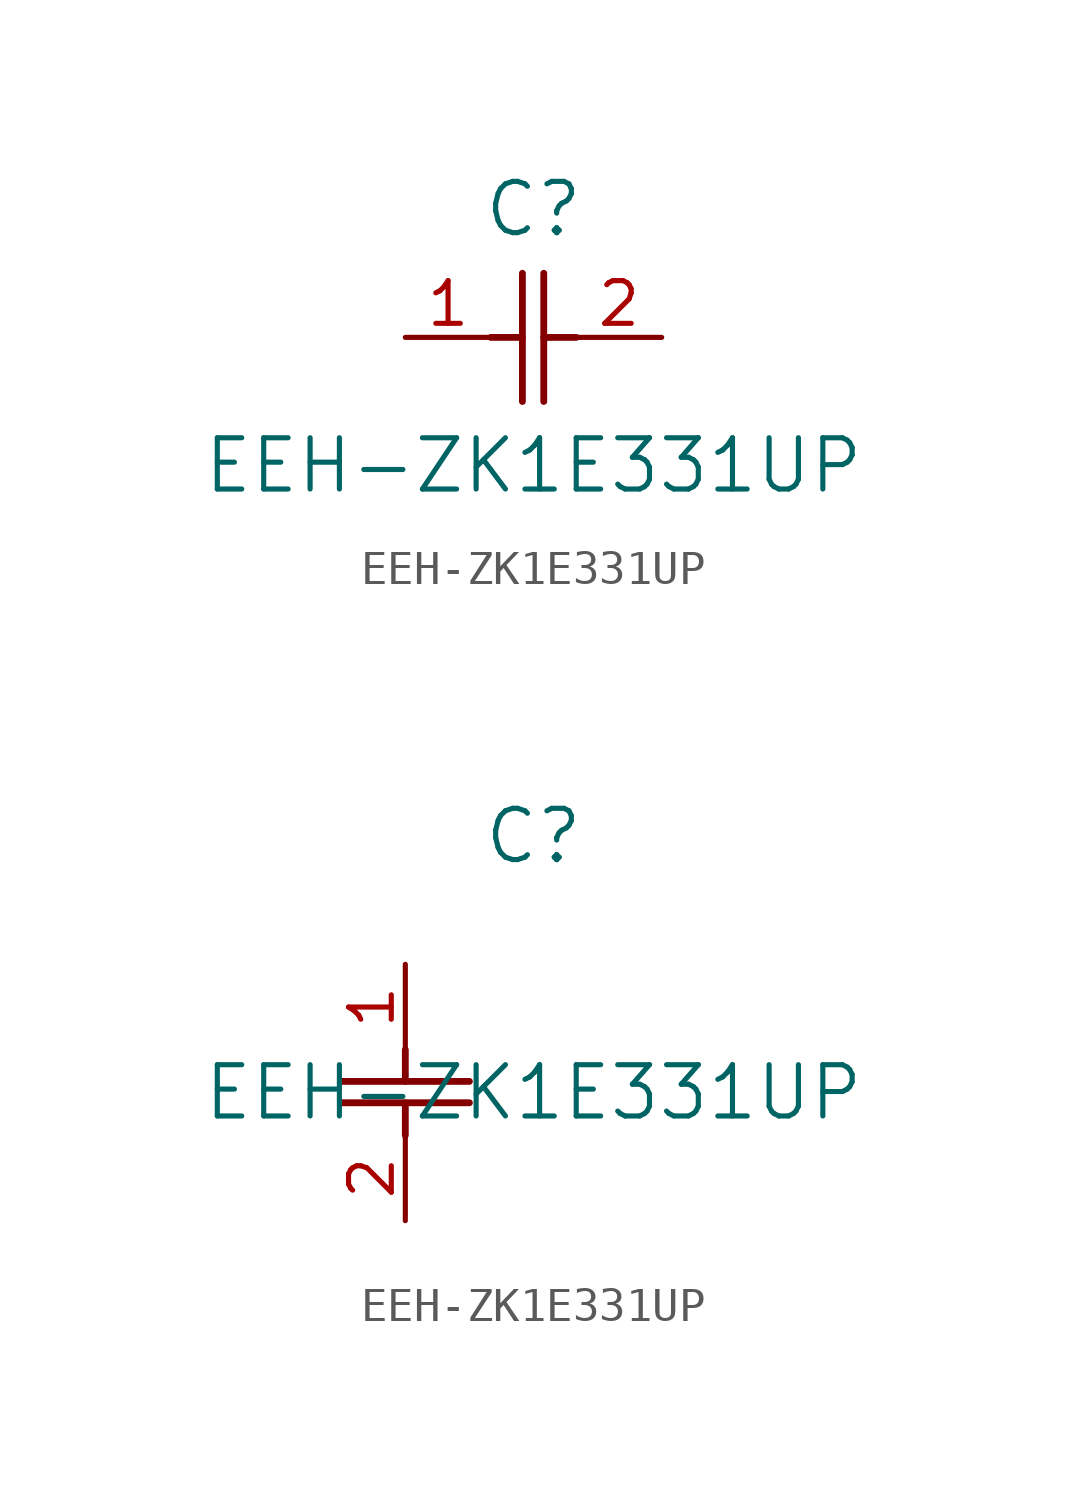
<source format=kicad_sym>
(kicad_symbol_lib
  (version 20211014)
  (generator kicad_symbol_editor)
  (symbol "EEH-ZK1E331UP"
    (pin_names
      (offset 0.254))
    (property "Reference" "C"
      (at 3.81 3.81 0)
      (effects (font (size 1.524 1.524))))
    (property "Value" "EEH-ZK1E331UP"
      (at 3.81 -3.81 0)
      (effects (font (size 1.524 1.524))))
    (symbol "EEH-ZK1E331UP_1_1"
      (polyline (pts (xy 3.48 -1.905) (xy 3.48 1.905)) (stroke (width 0.203) (type default) (color 0 0 0 0)) (fill (type none)))
      (polyline (pts (xy 4.115 -1.905) (xy 4.115 1.905)) (stroke (width 0.203) (type default) (color 0 0 0 0)) (fill (type none)))
      (polyline (pts (xy 4.115 0) (xy 5.08 0)) (stroke (width 0.203) (type default) (color 0 0 0 0)) (fill (type none)))
      (polyline (pts (xy 2.54 0) (xy 3.48 0)) (stroke (width 0.203) (type default) (color 0 0 0 0)) (fill (type none)))
      (pin unspecified line (at 0 0 0) (length 2.54) (name "" (effects (font (size 1.27 1.27)))) (number "1" (effects (font (size 1.27 1.27)))))
      (pin unspecified line (at 7.62 0 180) (length 2.54) (name "" (effects (font (size 1.27 1.27)))) (number "2" (effects (font (size 1.27 1.27))))))
    (symbol "EEH-ZK1E331UP_1_2"
      (polyline (pts (xy -1.905 -3.48) (xy 1.905 -3.48)) (stroke (width 0.203) (type default) (color 0 0 0 0)) (fill (type none)))
      (polyline (pts (xy -1.905 -4.115) (xy 1.905 -4.115)) (stroke (width 0.203) (type default) (color 0 0 0 0)) (fill (type none)))
      (polyline (pts (xy 0 -4.115) (xy 0 -5.08)) (stroke (width 0.203) (type default) (color 0 0 0 0)) (fill (type none)))
      (polyline (pts (xy 0 -2.54) (xy 0 -3.48)) (stroke (width 0.203) (type default) (color 0 0 0 0)) (fill (type none)))
      (pin unspecified line (at 0 0 270) (length 2.54) (name "" (effects (font (size 1.27 1.27)))) (number "1" (effects (font (size 1.27 1.27)))))
      (pin unspecified line (at 0 -7.62 90) (length 2.54) (name "" (effects (font (size 1.27 1.27)))) (number "2" (effects (font (size 1.27 1.27))))))))
</source>
